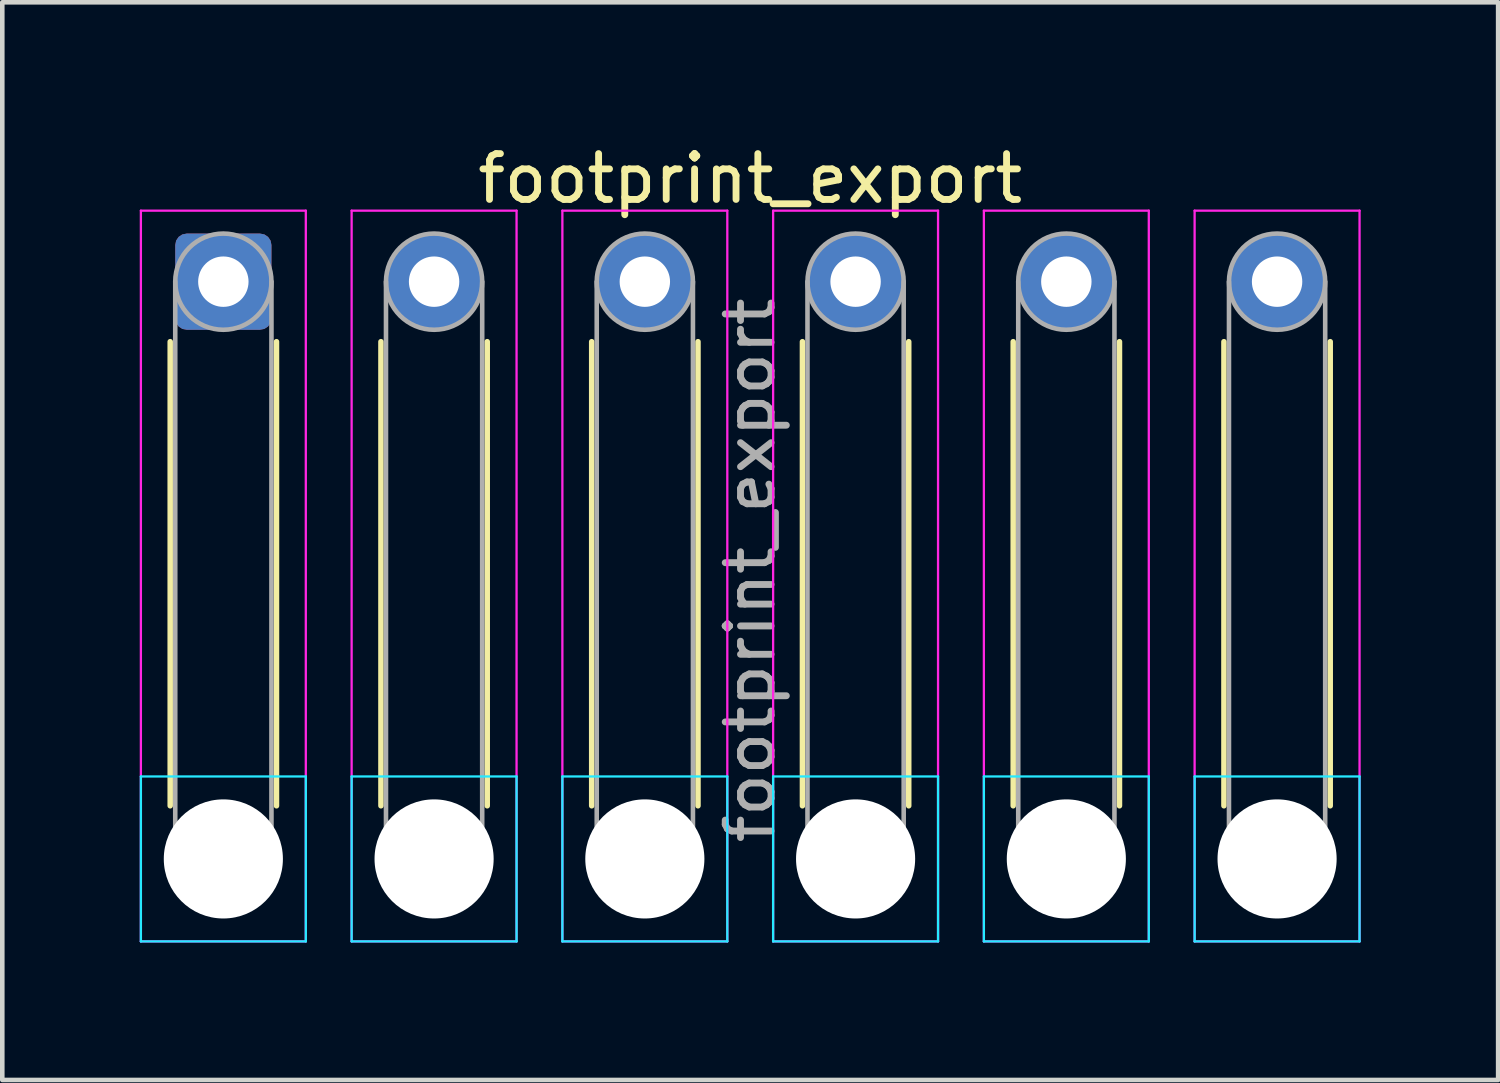
<source format=kicad_pcb>
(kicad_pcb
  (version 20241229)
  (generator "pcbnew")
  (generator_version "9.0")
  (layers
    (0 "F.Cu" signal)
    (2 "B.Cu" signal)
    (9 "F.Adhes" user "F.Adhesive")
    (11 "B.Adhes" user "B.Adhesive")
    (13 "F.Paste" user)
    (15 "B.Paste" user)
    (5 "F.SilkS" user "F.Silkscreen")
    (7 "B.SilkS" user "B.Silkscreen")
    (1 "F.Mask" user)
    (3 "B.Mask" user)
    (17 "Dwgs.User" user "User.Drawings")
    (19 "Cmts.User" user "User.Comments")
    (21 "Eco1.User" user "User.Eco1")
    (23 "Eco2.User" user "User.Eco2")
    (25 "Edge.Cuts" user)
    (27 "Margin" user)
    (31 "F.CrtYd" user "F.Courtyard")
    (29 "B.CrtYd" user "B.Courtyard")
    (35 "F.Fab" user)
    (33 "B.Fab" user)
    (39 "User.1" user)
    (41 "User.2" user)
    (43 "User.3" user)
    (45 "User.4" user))
  (footprint "footprint_export"
    (layer "F.Cu")
    (at 1.825 3.098)
    (property "Reference" "footprint_export" (at 11.5 -2.25 0) (layer "F.SilkS") (effects (font (size 1 1) (thickness 0.15))))
    (attr exclude_from_pos_files exclude_from_bom)
    (fp_line (start -1.16 1.31) (end -1.16 11.44) (stroke (width 0.12) (type solid)) (layer "F.SilkS"))
    (fp_line (start 1.16 1.31) (end 1.16 11.44) (stroke (width 0.12) (type solid)) (layer "F.SilkS"))
    (fp_line (start 3.44 1.31) (end 3.44 11.44) (stroke (width 0.12) (type solid)) (layer "F.SilkS"))
    (fp_line (start 5.76 1.31) (end 5.76 11.44) (stroke (width 0.12) (type solid)) (layer "F.SilkS"))
    (fp_line (start 8.04 1.31) (end 8.04 11.44) (stroke (width 0.12) (type solid)) (layer "F.SilkS"))
    (fp_line (start 10.36 1.31) (end 10.36 11.44) (stroke (width 0.12) (type solid)) (layer "F.SilkS"))
    (fp_line (start 12.64 1.31) (end 12.64 11.44) (stroke (width 0.12) (type solid)) (layer "F.SilkS"))
    (fp_line (start 14.96 1.31) (end 14.96 11.44) (stroke (width 0.12) (type solid)) (layer "F.SilkS"))
    (fp_line (start 17.24 1.31) (end 17.24 11.44) (stroke (width 0.12) (type solid)) (layer "F.SilkS"))
    (fp_line (start 19.56 1.31) (end 19.56 11.44) (stroke (width 0.12) (type solid)) (layer "F.SilkS"))
    (fp_line (start 21.84 1.31) (end 21.84 11.44) (stroke (width 0.12) (type solid)) (layer "F.SilkS"))
    (fp_line (start 24.16 1.31) (end 24.16 11.44) (stroke (width 0.12) (type solid)) (layer "F.SilkS"))
    (fp_line (start -1.8 10.8) (end -1.8 14.4) (stroke (width 0.05) (type solid)) (layer "B.CrtYd"))
    (fp_line (start -1.8 14.4) (end 1.8 14.4) (stroke (width 0.05) (type solid)) (layer "B.CrtYd"))
    (fp_line (start 1.8 10.8) (end -1.8 10.8) (stroke (width 0.05) (type solid)) (layer "B.CrtYd"))
    (fp_line (start 1.8 14.4) (end 1.8 10.8) (stroke (width 0.05) (type solid)) (layer "B.CrtYd"))
    (fp_line (start 2.8 10.8) (end 2.8 14.4) (stroke (width 0.05) (type solid)) (layer "B.CrtYd"))
    (fp_line (start 2.8 14.4) (end 6.4 14.4) (stroke (width 0.05) (type solid)) (layer "B.CrtYd"))
    (fp_line (start 6.4 10.8) (end 2.8 10.8) (stroke (width 0.05) (type solid)) (layer "B.CrtYd"))
    (fp_line (start 6.4 14.4) (end 6.4 10.8) (stroke (width 0.05) (type solid)) (layer "B.CrtYd"))
    (fp_line (start 7.4 10.8) (end 7.4 14.4) (stroke (width 0.05) (type solid)) (layer "B.CrtYd"))
    (fp_line (start 7.4 14.4) (end 11 14.4) (stroke (width 0.05) (type solid)) (layer "B.CrtYd"))
    (fp_line (start 11 10.8) (end 7.4 10.8) (stroke (width 0.05) (type solid)) (layer "B.CrtYd"))
    (fp_line (start 11 14.4) (end 11 10.8) (stroke (width 0.05) (type solid)) (layer "B.CrtYd"))
    (fp_line (start 12 10.8) (end 12 14.4) (stroke (width 0.05) (type solid)) (layer "B.CrtYd"))
    (fp_line (start 12 14.4) (end 15.6 14.4) (stroke (width 0.05) (type solid)) (layer "B.CrtYd"))
    (fp_line (start 15.6 10.8) (end 12 10.8) (stroke (width 0.05) (type solid)) (layer "B.CrtYd"))
    (fp_line (start 15.6 14.4) (end 15.6 10.8) (stroke (width 0.05) (type solid)) (layer "B.CrtYd"))
    (fp_line (start 16.6 10.8) (end 16.6 14.4) (stroke (width 0.05) (type solid)) (layer "B.CrtYd"))
    (fp_line (start 16.6 14.4) (end 20.2 14.4) (stroke (width 0.05) (type solid)) (layer "B.CrtYd"))
    (fp_line (start 20.2 10.8) (end 16.6 10.8) (stroke (width 0.05) (type solid)) (layer "B.CrtYd"))
    (fp_line (start 20.2 14.4) (end 20.2 10.8) (stroke (width 0.05) (type solid)) (layer "B.CrtYd"))
    (fp_line (start 21.2 10.8) (end 21.2 14.4) (stroke (width 0.05) (type solid)) (layer "B.CrtYd"))
    (fp_line (start 21.2 14.4) (end 24.8 14.4) (stroke (width 0.05) (type solid)) (layer "B.CrtYd"))
    (fp_line (start 24.8 10.8) (end 21.2 10.8) (stroke (width 0.05) (type solid)) (layer "B.CrtYd"))
    (fp_line (start 24.8 14.4) (end 24.8 10.8) (stroke (width 0.05) (type solid)) (layer "B.CrtYd"))
    (fp_line (start -1.8 -1.55) (end -1.8 14.4) (stroke (width 0.05) (type solid)) (layer "F.CrtYd"))
    (fp_line (start -1.8 14.4) (end 1.8 14.4) (stroke (width 0.05) (type solid)) (layer "F.CrtYd"))
    (fp_line (start 1.8 -1.55) (end -1.8 -1.55) (stroke (width 0.05) (type solid)) (layer "F.CrtYd"))
    (fp_line (start 1.8 14.4) (end 1.8 -1.55) (stroke (width 0.05) (type solid)) (layer "F.CrtYd"))
    (fp_line (start 2.8 -1.55) (end 2.8 14.4) (stroke (width 0.05) (type solid)) (layer "F.CrtYd"))
    (fp_line (start 2.8 14.4) (end 6.4 14.4) (stroke (width 0.05) (type solid)) (layer "F.CrtYd"))
    (fp_line (start 6.4 -1.55) (end 2.8 -1.55) (stroke (width 0.05) (type solid)) (layer "F.CrtYd"))
    (fp_line (start 6.4 14.4) (end 6.4 -1.55) (stroke (width 0.05) (type solid)) (layer "F.CrtYd"))
    (fp_line (start 7.4 -1.55) (end 7.4 14.4) (stroke (width 0.05) (type solid)) (layer "F.CrtYd"))
    (fp_line (start 7.4 14.4) (end 11 14.4) (stroke (width 0.05) (type solid)) (layer "F.CrtYd"))
    (fp_line (start 11 -1.55) (end 7.4 -1.55) (stroke (width 0.05) (type solid)) (layer "F.CrtYd"))
    (fp_line (start 11 14.4) (end 11 -1.55) (stroke (width 0.05) (type solid)) (layer "F.CrtYd"))
    (fp_line (start 12 -1.55) (end 12 14.4) (stroke (width 0.05) (type solid)) (layer "F.CrtYd"))
    (fp_line (start 12 14.4) (end 15.6 14.4) (stroke (width 0.05) (type solid)) (layer "F.CrtYd"))
    (fp_line (start 15.6 -1.55) (end 12 -1.55) (stroke (width 0.05) (type solid)) (layer "F.CrtYd"))
    (fp_line (start 15.6 14.4) (end 15.6 -1.55) (stroke (width 0.05) (type solid)) (layer "F.CrtYd"))
    (fp_line (start 16.6 -1.55) (end 16.6 14.4) (stroke (width 0.05) (type solid)) (layer "F.CrtYd"))
    (fp_line (start 16.6 14.4) (end 20.2 14.4) (stroke (width 0.05) (type solid)) (layer "F.CrtYd"))
    (fp_line (start 20.2 -1.55) (end 16.6 -1.55) (stroke (width 0.05) (type solid)) (layer "F.CrtYd"))
    (fp_line (start 20.2 14.4) (end 20.2 -1.55) (stroke (width 0.05) (type solid)) (layer "F.CrtYd"))
    (fp_line (start 21.2 -1.55) (end 21.2 14.4) (stroke (width 0.05) (type solid)) (layer "F.CrtYd"))
    (fp_line (start 21.2 14.4) (end 24.8 14.4) (stroke (width 0.05) (type solid)) (layer "F.CrtYd"))
    (fp_line (start 24.8 -1.55) (end 21.2 -1.55) (stroke (width 0.05) (type solid)) (layer "F.CrtYd"))
    (fp_line (start 24.8 14.4) (end 24.8 -1.55) (stroke (width 0.05) (type solid)) (layer "F.CrtYd"))
    (fp_line (start -1.05 0) (end -1.05 12.6) (stroke (width 0.1) (type solid)) (layer "F.Fab"))
    (fp_line (start 1.05 0) (end 1.05 12.6) (stroke (width 0.1) (type solid)) (layer "F.Fab"))
    (fp_line (start 3.55 0) (end 3.55 12.6) (stroke (width 0.1) (type solid)) (layer "F.Fab"))
    (fp_line (start 5.65 0) (end 5.65 12.6) (stroke (width 0.1) (type solid)) (layer "F.Fab"))
    (fp_line (start 8.15 0) (end 8.15 12.6) (stroke (width 0.1) (type solid)) (layer "F.Fab"))
    (fp_line (start 10.25 0) (end 10.25 12.6) (stroke (width 0.1) (type solid)) (layer "F.Fab"))
    (fp_line (start 12.75 0) (end 12.75 12.6) (stroke (width 0.1) (type solid)) (layer "F.Fab"))
    (fp_line (start 14.85 0) (end 14.85 12.6) (stroke (width 0.1) (type solid)) (layer "F.Fab"))
    (fp_line (start 17.35 0) (end 17.35 12.6) (stroke (width 0.1) (type solid)) (layer "F.Fab"))
    (fp_line (start 19.45 0) (end 19.45 12.6) (stroke (width 0.1) (type solid)) (layer "F.Fab"))
    (fp_line (start 21.95 0) (end 21.95 12.6) (stroke (width 0.1) (type solid)) (layer "F.Fab"))
    (fp_line (start 24.05 0) (end 24.05 12.6) (stroke (width 0.1) (type solid)) (layer "F.Fab"))
    (fp_circle (center 0 0) (end 1.05 0) (stroke (width 0.1) (type solid)) (fill no) (layer "F.Fab"))
    (fp_circle (center 0 12.6) (end 1.05 12.6) (stroke (width 0.1) (type solid)) (fill no) (layer "F.Fab"))
    (fp_circle (center 4.6 0) (end 5.65 0) (stroke (width 0.1) (type solid)) (fill no) (layer "F.Fab"))
    (fp_circle (center 4.6 12.6) (end 5.65 12.6) (stroke (width 0.1) (type solid)) (fill no) (layer "F.Fab"))
    (fp_circle (center 9.2 0) (end 10.25 0) (stroke (width 0.1) (type solid)) (fill no) (layer "F.Fab"))
    (fp_circle (center 9.2 12.6) (end 10.25 12.6) (stroke (width 0.1) (type solid)) (fill no) (layer "F.Fab"))
    (fp_circle (center 13.8 0) (end 14.85 0) (stroke (width 0.1) (type solid)) (fill no) (layer "F.Fab"))
    (fp_circle (center 13.8 12.6) (end 14.85 12.6) (stroke (width 0.1) (type solid)) (fill no) (layer "F.Fab"))
    (fp_circle (center 18.4 0) (end 19.45 0) (stroke (width 0.1) (type solid)) (fill no) (layer "F.Fab"))
    (fp_circle (center 18.4 12.6) (end 19.45 12.6) (stroke (width 0.1) (type solid)) (fill no) (layer "F.Fab"))
    (fp_circle (center 23 0) (end 24.05 0) (stroke (width 0.1) (type solid)) (fill no) (layer "F.Fab"))
    (fp_circle (center 23 12.6) (end 24.05 12.6) (stroke (width 0.1) (type solid)) (fill no) (layer "F.Fab"))
    (fp_text user "${REFERENCE}" (at 11.5 6.3 90) (layer "F.Fab") (effects (font (size 1 1) (thickness 0.15))))
    (pad "" np_thru_hole circle (at 0 12.6) (size 2.6 2.6) (drill 2.6) (layers "*.Cu" "*.Mask"))
    (pad "" np_thru_hole circle (at 4.6 12.6) (size 2.6 2.6) (drill 2.6) (layers "*.Cu" "*.Mask"))
    (pad "" np_thru_hole circle (at 9.2 12.6) (size 2.6 2.6) (drill 2.6) (layers "*.Cu" "*.Mask"))
    (pad "" np_thru_hole circle (at 13.8 12.6) (size 2.6 2.6) (drill 2.6) (layers "*.Cu" "*.Mask"))
    (pad "" np_thru_hole circle (at 18.4 12.6) (size 2.6 2.6) (drill 2.6) (layers "*.Cu" "*.Mask"))
    (pad "" np_thru_hole circle (at 23 12.6) (size 2.6 2.6) (drill 2.6) (layers "*.Cu" "*.Mask"))
    (pad "1" thru_hole roundrect (at 0 0) (size 2.1 2.1) (drill 1.1) (layers "*.Cu" "*.Mask") (roundrect_rratio 0.119))
    (pad "2" thru_hole circle (at 4.6 0) (size 2.1 2.1) (drill 1.1) (layers "*.Cu" "*.Mask"))
    (pad "3" thru_hole circle (at 9.2 0) (size 2.1 2.1) (drill 1.1) (layers "*.Cu" "*.Mask"))
    (pad "4" thru_hole circle (at 13.8 0) (size 2.1 2.1) (drill 1.1) (layers "*.Cu" "*.Mask"))
    (pad "5" thru_hole circle (at 18.4 0) (size 2.1 2.1) (drill 1.1) (layers "*.Cu" "*.Mask"))
    (pad "6" thru_hole circle (at 23 0) (size 2.1 2.1) (drill 1.1) (layers "*.Cu" "*.Mask")))
  (gr_rect
    (start -3 -3)
    (end 29.65 20.523)
    (stroke (width 0.1) (type default))
    (fill no)
    (layer "Edge.Cuts")))
</source>
